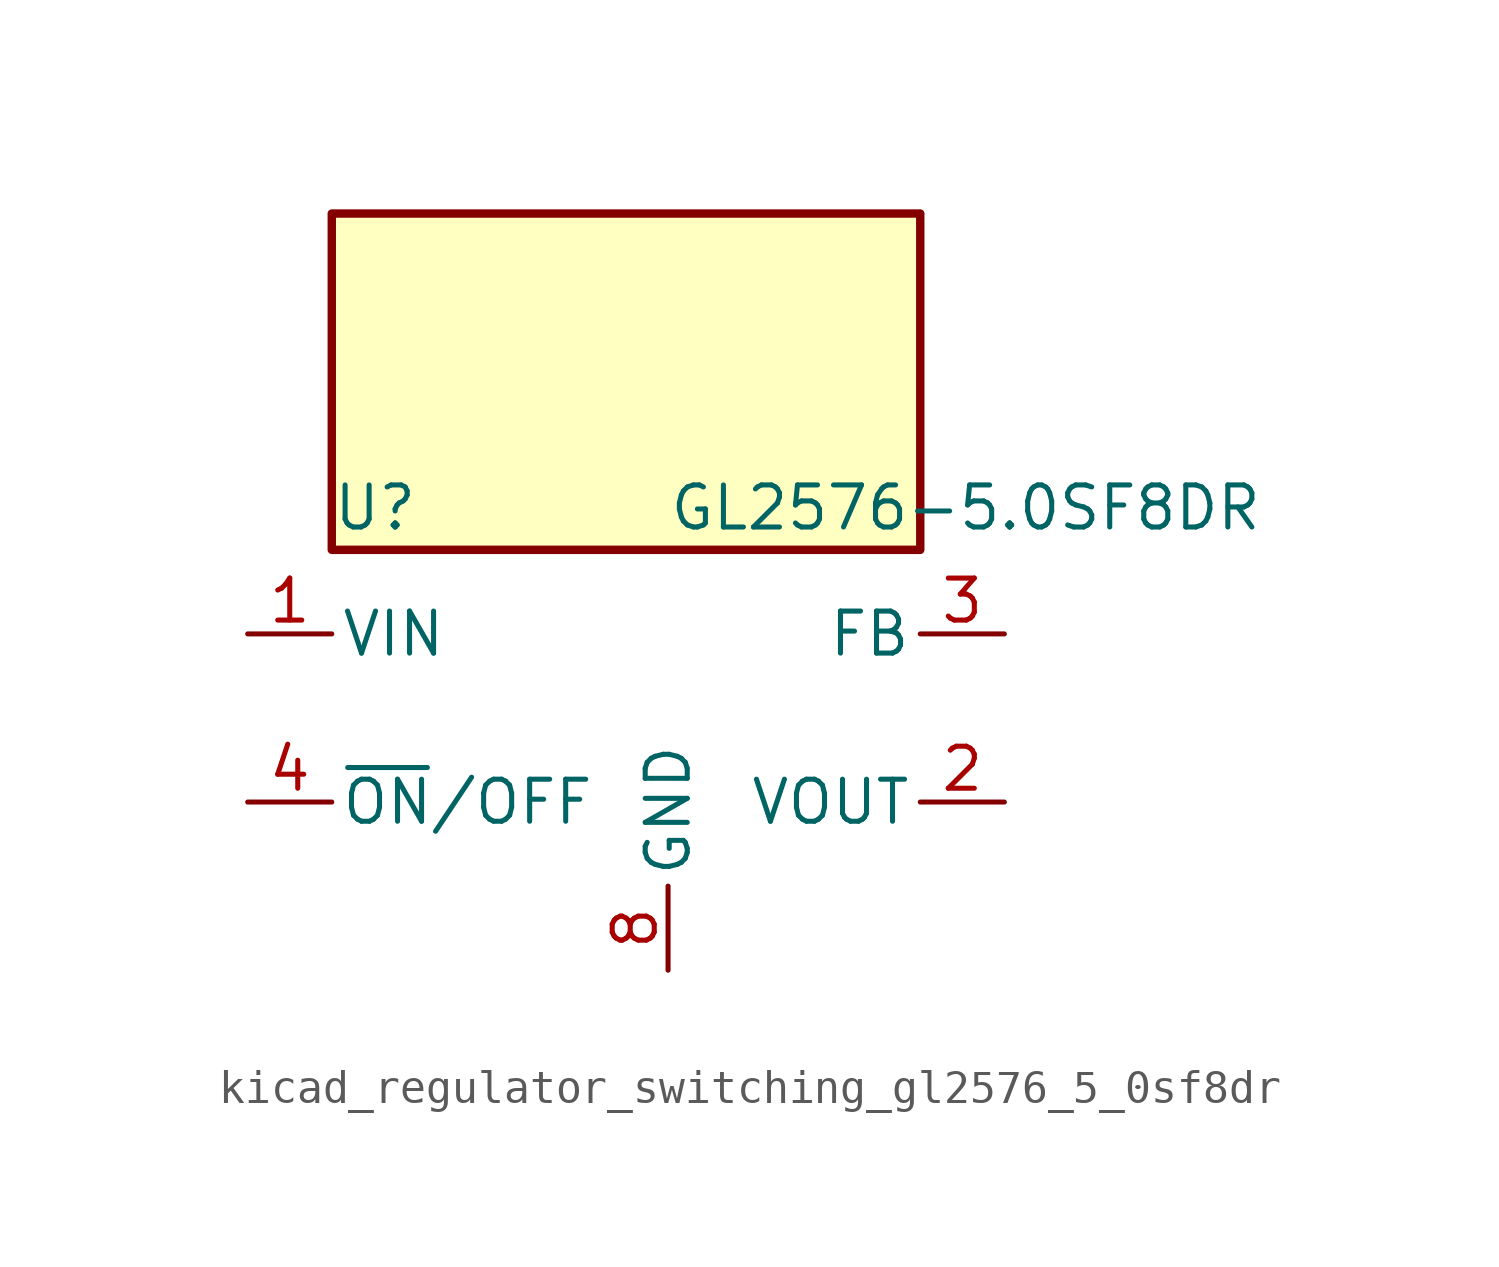
<source format=kicad_sym>
(kicad_symbol_lib
  (version 20220914)
  (generator kicad_symbol_editor)
  (symbol "kicad_regulator_switching_gl2576_5_0sf8dr"
    (pin_names
      (offset 0.254))
    (property "Reference" "U"
      (at -10.16 6.35 0)
      (effects (font (size 1.27 1.27)) (justify left)))
    (property "Value" "GL2576-5.0SF8DR"
      (at 0 6.35 0)
      (effects (font (size 1.27 1.27)) (justify left)))
    (symbol "kicad_regulator_switching_gl2576_5_0sf8dr_0_1"
      (rectangle (start 7.62 15.24) (end -10.16 5.08) (stroke (width 0.254) (type default)) (fill (type background))))
    (symbol "kicad_regulator_switching_gl2576_5_0sf8dr_1_1"
      (pin power_in line (at -12.7 2.54 0) (length 2.54) (name "VIN" (effects (font (size 1.27 1.27)))) (number "1" (effects (font (size 1.27 1.27)))))
      (pin output line (at 10.16 -2.54 180) (length 2.54) (name "VOUT" (effects (font (size 1.27 1.27)))) (number "2" (effects (font (size 1.27 1.27)))))
      (pin passive line (at 10.16 2.54 180) (length 2.54) (name "FB" (effects (font (size 1.27 1.27)))) (number "3" (effects (font (size 1.27 1.27)))))
      (pin input line (at -12.7 -2.54 0) (length 2.54) (name "~{ON}/OFF" (effects (font (size 1.27 1.27)))) (number "4" (effects (font (size 1.27 1.27)))))
      (pin passive line (at 0 -7.62 90) (length 2.54) hide (name "GND" (effects (font (size 1.27 1.27)))) (number "5" (effects (font (size 1.27 1.27)))))
      (pin passive line (at 0 -7.62 90) (length 2.54) hide (name "GND" (effects (font (size 1.27 1.27)))) (number "6" (effects (font (size 1.27 1.27)))))
      (pin passive line (at 0 -7.62 90) (length 2.54) hide (name "GND" (effects (font (size 1.27 1.27)))) (number "7" (effects (font (size 1.27 1.27)))))
      (pin power_in line (at 0 -7.62 90) (length 2.54) (name "GND" (effects (font (size 1.27 1.27)))) (number "8" (effects (font (size 1.27 1.27))))))))
</source>
